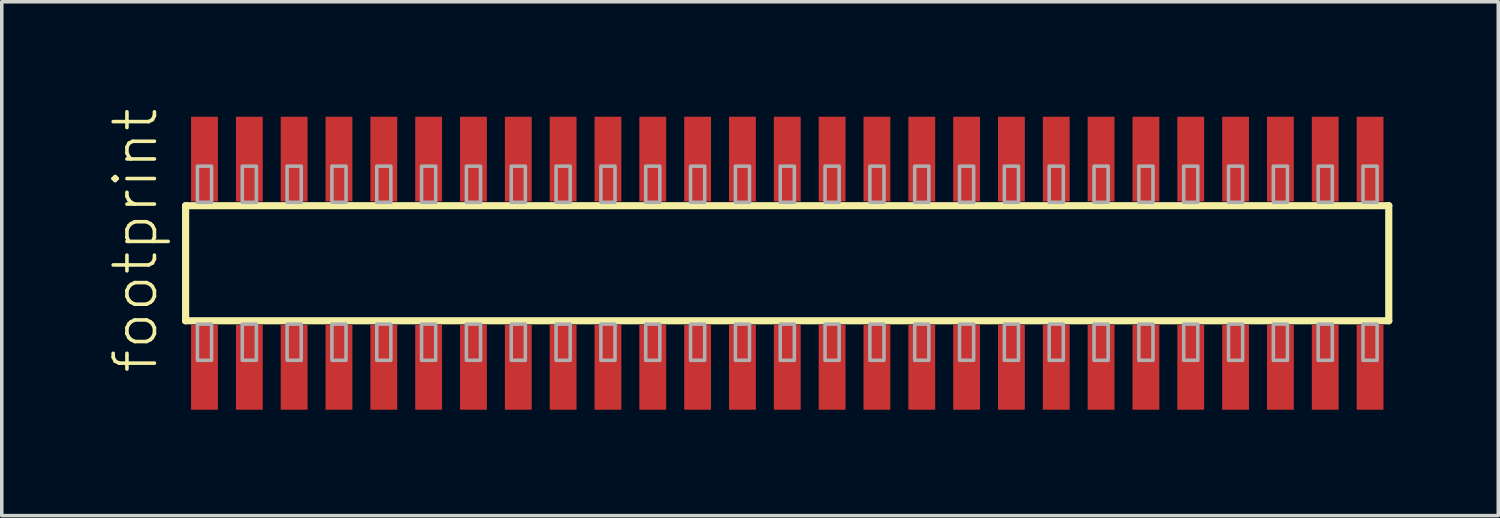
<source format=kicad_pcb>
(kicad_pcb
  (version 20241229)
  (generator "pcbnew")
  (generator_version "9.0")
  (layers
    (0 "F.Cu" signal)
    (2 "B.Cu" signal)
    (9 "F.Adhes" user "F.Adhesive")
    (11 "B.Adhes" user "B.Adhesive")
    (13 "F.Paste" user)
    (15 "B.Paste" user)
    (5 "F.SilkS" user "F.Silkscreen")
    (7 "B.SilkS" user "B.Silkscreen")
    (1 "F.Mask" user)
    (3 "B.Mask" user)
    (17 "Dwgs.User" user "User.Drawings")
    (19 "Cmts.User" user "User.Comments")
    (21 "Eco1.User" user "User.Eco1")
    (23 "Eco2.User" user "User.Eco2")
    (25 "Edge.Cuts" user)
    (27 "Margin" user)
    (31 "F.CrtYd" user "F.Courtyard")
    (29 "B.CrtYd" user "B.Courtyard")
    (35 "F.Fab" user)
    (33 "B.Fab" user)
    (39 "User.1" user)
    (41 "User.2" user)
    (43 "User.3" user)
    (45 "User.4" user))
  (footprint "footprint"
    (layer "F.Cu")
    (at 19.253 4.407)
    (property "Reference" "footprint" (at -17.78 3.175 90) (layer "F.SilkS") (effects (font (size 1.168 1.168) (thickness 0.102)) (justify left bottom)))
    (fp_line (start -17.045 -1.63) (end 17.04 -1.63) (stroke (width 0.203) (type solid)) (layer "F.SilkS"))
    (fp_line (start -17.045 1.63) (end -17.045 -1.63) (stroke (width 0.203) (type solid)) (layer "F.SilkS"))
    (fp_line (start 17.04 -1.63) (end 17.04 1.63) (stroke (width 0.203) (type solid)) (layer "F.SilkS"))
    (fp_line (start 17.04 1.63) (end -17.045 1.63) (stroke (width 0.203) (type solid)) (layer "F.SilkS"))
    (fp_poly (pts (xy -16.71 -1.725) (xy -16.31 -1.725) (xy -16.31 -2.75) (xy -16.71 -2.75)) (stroke (width 0.1) (type solid)) (fill no) (layer "F.Fab"))
    (fp_poly (pts (xy -16.31 1.725) (xy -16.71 1.725) (xy -16.71 2.75) (xy -16.31 2.75)) (stroke (width 0.1) (type solid)) (fill no) (layer "F.Fab"))
    (fp_poly (pts (xy -15.44 -1.725) (xy -15.04 -1.725) (xy -15.04 -2.75) (xy -15.44 -2.75)) (stroke (width 0.1) (type solid)) (fill no) (layer "F.Fab"))
    (fp_poly (pts (xy -15.04 1.725) (xy -15.44 1.725) (xy -15.44 2.75) (xy -15.04 2.75)) (stroke (width 0.1) (type solid)) (fill no) (layer "F.Fab"))
    (fp_poly (pts (xy -14.17 -1.725) (xy -13.77 -1.725) (xy -13.77 -2.75) (xy -14.17 -2.75)) (stroke (width 0.1) (type solid)) (fill no) (layer "F.Fab"))
    (fp_poly (pts (xy -13.77 1.725) (xy -14.17 1.725) (xy -14.17 2.75) (xy -13.77 2.75)) (stroke (width 0.1) (type solid)) (fill no) (layer "F.Fab"))
    (fp_poly (pts (xy -12.9 -1.725) (xy -12.5 -1.725) (xy -12.5 -2.75) (xy -12.9 -2.75)) (stroke (width 0.1) (type solid)) (fill no) (layer "F.Fab"))
    (fp_poly (pts (xy -12.5 1.725) (xy -12.9 1.725) (xy -12.9 2.75) (xy -12.5 2.75)) (stroke (width 0.1) (type solid)) (fill no) (layer "F.Fab"))
    (fp_poly (pts (xy -11.63 -1.725) (xy -11.23 -1.725) (xy -11.23 -2.75) (xy -11.63 -2.75)) (stroke (width 0.1) (type solid)) (fill no) (layer "F.Fab"))
    (fp_poly (pts (xy -11.23 1.725) (xy -11.63 1.725) (xy -11.63 2.75) (xy -11.23 2.75)) (stroke (width 0.1) (type solid)) (fill no) (layer "F.Fab"))
    (fp_poly (pts (xy -10.36 -1.725) (xy -9.96 -1.725) (xy -9.96 -2.75) (xy -10.36 -2.75)) (stroke (width 0.1) (type solid)) (fill no) (layer "F.Fab"))
    (fp_poly (pts (xy -9.96 1.725) (xy -10.36 1.725) (xy -10.36 2.75) (xy -9.96 2.75)) (stroke (width 0.1) (type solid)) (fill no) (layer "F.Fab"))
    (fp_poly (pts (xy -9.09 -1.725) (xy -8.69 -1.725) (xy -8.69 -2.75) (xy -9.09 -2.75)) (stroke (width 0.1) (type solid)) (fill no) (layer "F.Fab"))
    (fp_poly (pts (xy -8.69 1.725) (xy -9.09 1.725) (xy -9.09 2.75) (xy -8.69 2.75)) (stroke (width 0.1) (type solid)) (fill no) (layer "F.Fab"))
    (fp_poly (pts (xy -7.82 -1.725) (xy -7.42 -1.725) (xy -7.42 -2.75) (xy -7.82 -2.75)) (stroke (width 0.1) (type solid)) (fill no) (layer "F.Fab"))
    (fp_poly (pts (xy -7.42 1.725) (xy -7.82 1.725) (xy -7.82 2.75) (xy -7.42 2.75)) (stroke (width 0.1) (type solid)) (fill no) (layer "F.Fab"))
    (fp_poly (pts (xy -6.55 -1.725) (xy -6.15 -1.725) (xy -6.15 -2.75) (xy -6.55 -2.75)) (stroke (width 0.1) (type solid)) (fill no) (layer "F.Fab"))
    (fp_poly (pts (xy -6.15 1.725) (xy -6.55 1.725) (xy -6.55 2.75) (xy -6.15 2.75)) (stroke (width 0.1) (type solid)) (fill no) (layer "F.Fab"))
    (fp_poly (pts (xy -5.28 -1.725) (xy -4.88 -1.725) (xy -4.88 -2.75) (xy -5.28 -2.75)) (stroke (width 0.1) (type solid)) (fill no) (layer "F.Fab"))
    (fp_poly (pts (xy -4.88 1.725) (xy -5.28 1.725) (xy -5.28 2.75) (xy -4.88 2.75)) (stroke (width 0.1) (type solid)) (fill no) (layer "F.Fab"))
    (fp_poly (pts (xy -4.01 -1.725) (xy -3.61 -1.725) (xy -3.61 -2.75) (xy -4.01 -2.75)) (stroke (width 0.1) (type solid)) (fill no) (layer "F.Fab"))
    (fp_poly (pts (xy -3.61 1.725) (xy -4.01 1.725) (xy -4.01 2.75) (xy -3.61 2.75)) (stroke (width 0.1) (type solid)) (fill no) (layer "F.Fab"))
    (fp_poly (pts (xy -2.74 -1.725) (xy -2.34 -1.725) (xy -2.34 -2.75) (xy -2.74 -2.75)) (stroke (width 0.1) (type solid)) (fill no) (layer "F.Fab"))
    (fp_poly (pts (xy -2.34 1.725) (xy -2.74 1.725) (xy -2.74 2.75) (xy -2.34 2.75)) (stroke (width 0.1) (type solid)) (fill no) (layer "F.Fab"))
    (fp_poly (pts (xy -1.47 -1.725) (xy -1.07 -1.725) (xy -1.07 -2.75) (xy -1.47 -2.75)) (stroke (width 0.1) (type solid)) (fill no) (layer "F.Fab"))
    (fp_poly (pts (xy -1.07 1.725) (xy -1.47 1.725) (xy -1.47 2.75) (xy -1.07 2.75)) (stroke (width 0.1) (type solid)) (fill no) (layer "F.Fab"))
    (fp_poly (pts (xy -0.2 -1.725) (xy 0.2 -1.725) (xy 0.2 -2.75) (xy -0.2 -2.75)) (stroke (width 0.1) (type solid)) (fill no) (layer "F.Fab"))
    (fp_poly (pts (xy 0.2 1.725) (xy -0.2 1.725) (xy -0.2 2.75) (xy 0.2 2.75)) (stroke (width 0.1) (type solid)) (fill no) (layer "F.Fab"))
    (fp_poly (pts (xy 1.07 -1.725) (xy 1.47 -1.725) (xy 1.47 -2.75) (xy 1.07 -2.75)) (stroke (width 0.1) (type solid)) (fill no) (layer "F.Fab"))
    (fp_poly (pts (xy 1.47 1.725) (xy 1.07 1.725) (xy 1.07 2.75) (xy 1.47 2.75)) (stroke (width 0.1) (type solid)) (fill no) (layer "F.Fab"))
    (fp_poly (pts (xy 2.34 -1.725) (xy 2.74 -1.725) (xy 2.74 -2.75) (xy 2.34 -2.75)) (stroke (width 0.1) (type solid)) (fill no) (layer "F.Fab"))
    (fp_poly (pts (xy 2.74 1.725) (xy 2.34 1.725) (xy 2.34 2.75) (xy 2.74 2.75)) (stroke (width 0.1) (type solid)) (fill no) (layer "F.Fab"))
    (fp_poly (pts (xy 3.61 -1.725) (xy 4.01 -1.725) (xy 4.01 -2.75) (xy 3.61 -2.75)) (stroke (width 0.1) (type solid)) (fill no) (layer "F.Fab"))
    (fp_poly (pts (xy 4.01 1.725) (xy 3.61 1.725) (xy 3.61 2.75) (xy 4.01 2.75)) (stroke (width 0.1) (type solid)) (fill no) (layer "F.Fab"))
    (fp_poly (pts (xy 4.88 -1.725) (xy 5.28 -1.725) (xy 5.28 -2.75) (xy 4.88 -2.75)) (stroke (width 0.1) (type solid)) (fill no) (layer "F.Fab"))
    (fp_poly (pts (xy 5.28 1.725) (xy 4.88 1.725) (xy 4.88 2.75) (xy 5.28 2.75)) (stroke (width 0.1) (type solid)) (fill no) (layer "F.Fab"))
    (fp_poly (pts (xy 6.15 -1.725) (xy 6.55 -1.725) (xy 6.55 -2.75) (xy 6.15 -2.75)) (stroke (width 0.1) (type solid)) (fill no) (layer "F.Fab"))
    (fp_poly (pts (xy 6.55 1.725) (xy 6.15 1.725) (xy 6.15 2.75) (xy 6.55 2.75)) (stroke (width 0.1) (type solid)) (fill no) (layer "F.Fab"))
    (fp_poly (pts (xy 7.42 -1.725) (xy 7.82 -1.725) (xy 7.82 -2.75) (xy 7.42 -2.75)) (stroke (width 0.1) (type solid)) (fill no) (layer "F.Fab"))
    (fp_poly (pts (xy 7.82 1.725) (xy 7.42 1.725) (xy 7.42 2.75) (xy 7.82 2.75)) (stroke (width 0.1) (type solid)) (fill no) (layer "F.Fab"))
    (fp_poly (pts (xy 8.69 -1.725) (xy 9.09 -1.725) (xy 9.09 -2.75) (xy 8.69 -2.75)) (stroke (width 0.1) (type solid)) (fill no) (layer "F.Fab"))
    (fp_poly (pts (xy 9.09 1.725) (xy 8.69 1.725) (xy 8.69 2.75) (xy 9.09 2.75)) (stroke (width 0.1) (type solid)) (fill no) (layer "F.Fab"))
    (fp_poly (pts (xy 9.96 -1.725) (xy 10.36 -1.725) (xy 10.36 -2.75) (xy 9.96 -2.75)) (stroke (width 0.1) (type solid)) (fill no) (layer "F.Fab"))
    (fp_poly (pts (xy 10.36 1.725) (xy 9.96 1.725) (xy 9.96 2.75) (xy 10.36 2.75)) (stroke (width 0.1) (type solid)) (fill no) (layer "F.Fab"))
    (fp_poly (pts (xy 11.23 -1.725) (xy 11.63 -1.725) (xy 11.63 -2.75) (xy 11.23 -2.75)) (stroke (width 0.1) (type solid)) (fill no) (layer "F.Fab"))
    (fp_poly (pts (xy 11.63 1.725) (xy 11.23 1.725) (xy 11.23 2.75) (xy 11.63 2.75)) (stroke (width 0.1) (type solid)) (fill no) (layer "F.Fab"))
    (fp_poly (pts (xy 12.5 -1.725) (xy 12.9 -1.725) (xy 12.9 -2.75) (xy 12.5 -2.75)) (stroke (width 0.1) (type solid)) (fill no) (layer "F.Fab"))
    (fp_poly (pts (xy 12.9 1.725) (xy 12.5 1.725) (xy 12.5 2.75) (xy 12.9 2.75)) (stroke (width 0.1) (type solid)) (fill no) (layer "F.Fab"))
    (fp_poly (pts (xy 13.77 -1.725) (xy 14.17 -1.725) (xy 14.17 -2.75) (xy 13.77 -2.75)) (stroke (width 0.1) (type solid)) (fill no) (layer "F.Fab"))
    (fp_poly (pts (xy 14.17 1.725) (xy 13.77 1.725) (xy 13.77 2.75) (xy 14.17 2.75)) (stroke (width 0.1) (type solid)) (fill no) (layer "F.Fab"))
    (fp_poly (pts (xy 15.04 -1.725) (xy 15.44 -1.725) (xy 15.44 -2.75) (xy 15.04 -2.75)) (stroke (width 0.1) (type solid)) (fill no) (layer "F.Fab"))
    (fp_poly (pts (xy 15.44 1.725) (xy 15.04 1.725) (xy 15.04 2.75) (xy 15.44 2.75)) (stroke (width 0.1) (type solid)) (fill no) (layer "F.Fab"))
    (fp_poly (pts (xy 16.31 -1.725) (xy 16.71 -1.725) (xy 16.71 -2.75) (xy 16.31 -2.75)) (stroke (width 0.1) (type solid)) (fill no) (layer "F.Fab"))
    (fp_poly (pts (xy 16.71 1.725) (xy 16.31 1.725) (xy 16.31 2.75) (xy 16.71 2.75)) (stroke (width 0.1) (type solid)) (fill no) (layer "F.Fab"))
    (pad "1" smd rect (at -16.51 2.95) (size 0.76 2.4) (layers "F.Cu" "F.Mask" "F.Paste"))
    (pad "2" smd rect (at -16.51 -2.95) (size 0.76 2.4) (layers "F.Cu" "F.Mask" "F.Paste"))
    (pad "3" smd rect (at -15.24 2.95) (size 0.76 2.4) (layers "F.Cu" "F.Mask" "F.Paste"))
    (pad "4" smd rect (at -15.24 -2.95) (size 0.76 2.4) (layers "F.Cu" "F.Mask" "F.Paste"))
    (pad "5" smd rect (at -13.97 2.95) (size 0.76 2.4) (layers "F.Cu" "F.Mask" "F.Paste"))
    (pad "6" smd rect (at -13.97 -2.95) (size 0.76 2.4) (layers "F.Cu" "F.Mask" "F.Paste"))
    (pad "7" smd rect (at -12.7 2.95) (size 0.76 2.4) (layers "F.Cu" "F.Mask" "F.Paste"))
    (pad "8" smd rect (at -12.7 -2.95) (size 0.76 2.4) (layers "F.Cu" "F.Mask" "F.Paste"))
    (pad "9" smd rect (at -11.43 2.95) (size 0.76 2.4) (layers "F.Cu" "F.Mask" "F.Paste"))
    (pad "10" smd rect (at -11.43 -2.95) (size 0.76 2.4) (layers "F.Cu" "F.Mask" "F.Paste"))
    (pad "11" smd rect (at -10.16 2.95) (size 0.76 2.4) (layers "F.Cu" "F.Mask" "F.Paste"))
    (pad "12" smd rect (at -10.16 -2.95) (size 0.76 2.4) (layers "F.Cu" "F.Mask" "F.Paste"))
    (pad "13" smd rect (at -8.89 2.95) (size 0.76 2.4) (layers "F.Cu" "F.Mask" "F.Paste"))
    (pad "14" smd rect (at -8.89 -2.95) (size 0.76 2.4) (layers "F.Cu" "F.Mask" "F.Paste"))
    (pad "15" smd rect (at -7.62 2.95) (size 0.76 2.4) (layers "F.Cu" "F.Mask" "F.Paste"))
    (pad "16" smd rect (at -7.62 -2.95) (size 0.76 2.4) (layers "F.Cu" "F.Mask" "F.Paste"))
    (pad "17" smd rect (at -6.35 2.95) (size 0.76 2.4) (layers "F.Cu" "F.Mask" "F.Paste"))
    (pad "18" smd rect (at -6.35 -2.95) (size 0.76 2.4) (layers "F.Cu" "F.Mask" "F.Paste"))
    (pad "19" smd rect (at -5.08 2.95) (size 0.76 2.4) (layers "F.Cu" "F.Mask" "F.Paste"))
    (pad "20" smd rect (at -5.08 -2.95) (size 0.76 2.4) (layers "F.Cu" "F.Mask" "F.Paste"))
    (pad "21" smd rect (at -3.81 2.95) (size 0.76 2.4) (layers "F.Cu" "F.Mask" "F.Paste"))
    (pad "22" smd rect (at -3.81 -2.95) (size 0.76 2.4) (layers "F.Cu" "F.Mask" "F.Paste"))
    (pad "23" smd rect (at -2.54 2.95) (size 0.76 2.4) (layers "F.Cu" "F.Mask" "F.Paste"))
    (pad "24" smd rect (at -2.54 -2.95) (size 0.76 2.4) (layers "F.Cu" "F.Mask" "F.Paste"))
    (pad "25" smd rect (at -1.27 2.95) (size 0.76 2.4) (layers "F.Cu" "F.Mask" "F.Paste"))
    (pad "26" smd rect (at -1.27 -2.95) (size 0.76 2.4) (layers "F.Cu" "F.Mask" "F.Paste"))
    (pad "27" smd rect (at 0 2.95) (size 0.76 2.4) (layers "F.Cu" "F.Mask" "F.Paste"))
    (pad "28" smd rect (at 0 -2.95) (size 0.76 2.4) (layers "F.Cu" "F.Mask" "F.Paste"))
    (pad "29" smd rect (at 1.27 2.95) (size 0.76 2.4) (layers "F.Cu" "F.Mask" "F.Paste"))
    (pad "30" smd rect (at 1.27 -2.95) (size 0.76 2.4) (layers "F.Cu" "F.Mask" "F.Paste"))
    (pad "31" smd rect (at 2.54 2.95) (size 0.76 2.4) (layers "F.Cu" "F.Mask" "F.Paste"))
    (pad "32" smd rect (at 2.54 -2.95) (size 0.76 2.4) (layers "F.Cu" "F.Mask" "F.Paste"))
    (pad "33" smd rect (at 3.81 2.95) (size 0.76 2.4) (layers "F.Cu" "F.Mask" "F.Paste"))
    (pad "34" smd rect (at 3.81 -2.95) (size 0.76 2.4) (layers "F.Cu" "F.Mask" "F.Paste"))
    (pad "35" smd rect (at 5.08 2.95) (size 0.76 2.4) (layers "F.Cu" "F.Mask" "F.Paste"))
    (pad "36" smd rect (at 5.08 -2.95) (size 0.76 2.4) (layers "F.Cu" "F.Mask" "F.Paste"))
    (pad "37" smd rect (at 6.35 2.95) (size 0.76 2.4) (layers "F.Cu" "F.Mask" "F.Paste"))
    (pad "38" smd rect (at 6.35 -2.95) (size 0.76 2.4) (layers "F.Cu" "F.Mask" "F.Paste"))
    (pad "39" smd rect (at 7.62 2.95) (size 0.76 2.4) (layers "F.Cu" "F.Mask" "F.Paste"))
    (pad "40" smd rect (at 7.62 -2.95) (size 0.76 2.4) (layers "F.Cu" "F.Mask" "F.Paste"))
    (pad "41" smd rect (at 8.89 2.95) (size 0.76 2.4) (layers "F.Cu" "F.Mask" "F.Paste"))
    (pad "42" smd rect (at 8.89 -2.95) (size 0.76 2.4) (layers "F.Cu" "F.Mask" "F.Paste"))
    (pad "43" smd rect (at 10.16 2.95) (size 0.76 2.4) (layers "F.Cu" "F.Mask" "F.Paste"))
    (pad "44" smd rect (at 10.16 -2.95) (size 0.76 2.4) (layers "F.Cu" "F.Mask" "F.Paste"))
    (pad "45" smd rect (at 11.43 2.95) (size 0.76 2.4) (layers "F.Cu" "F.Mask" "F.Paste"))
    (pad "46" smd rect (at 11.43 -2.95) (size 0.76 2.4) (layers "F.Cu" "F.Mask" "F.Paste"))
    (pad "47" smd rect (at 12.7 2.95) (size 0.76 2.4) (layers "F.Cu" "F.Mask" "F.Paste"))
    (pad "48" smd rect (at 12.7 -2.95) (size 0.76 2.4) (layers "F.Cu" "F.Mask" "F.Paste"))
    (pad "49" smd rect (at 13.97 2.95) (size 0.76 2.4) (layers "F.Cu" "F.Mask" "F.Paste"))
    (pad "50" smd rect (at 13.97 -2.95) (size 0.76 2.4) (layers "F.Cu" "F.Mask" "F.Paste"))
    (pad "51" smd rect (at 15.24 2.95) (size 0.76 2.4) (layers "F.Cu" "F.Mask" "F.Paste"))
    (pad "52" smd rect (at 15.24 -2.95) (size 0.76 2.4) (layers "F.Cu" "F.Mask" "F.Paste"))
    (pad "53" smd rect (at 16.51 2.95) (size 0.76 2.4) (layers "F.Cu" "F.Mask" "F.Paste"))
    (pad "54" smd rect (at 16.51 -2.95) (size 0.76 2.4) (layers "F.Cu" "F.Mask" "F.Paste")))
  (gr_rect
    (start -3 -3)
    (end 39.395 11.557)
    (stroke (width 0.1) (type default))
    (fill no)
    (layer "Edge.Cuts")))
</source>
